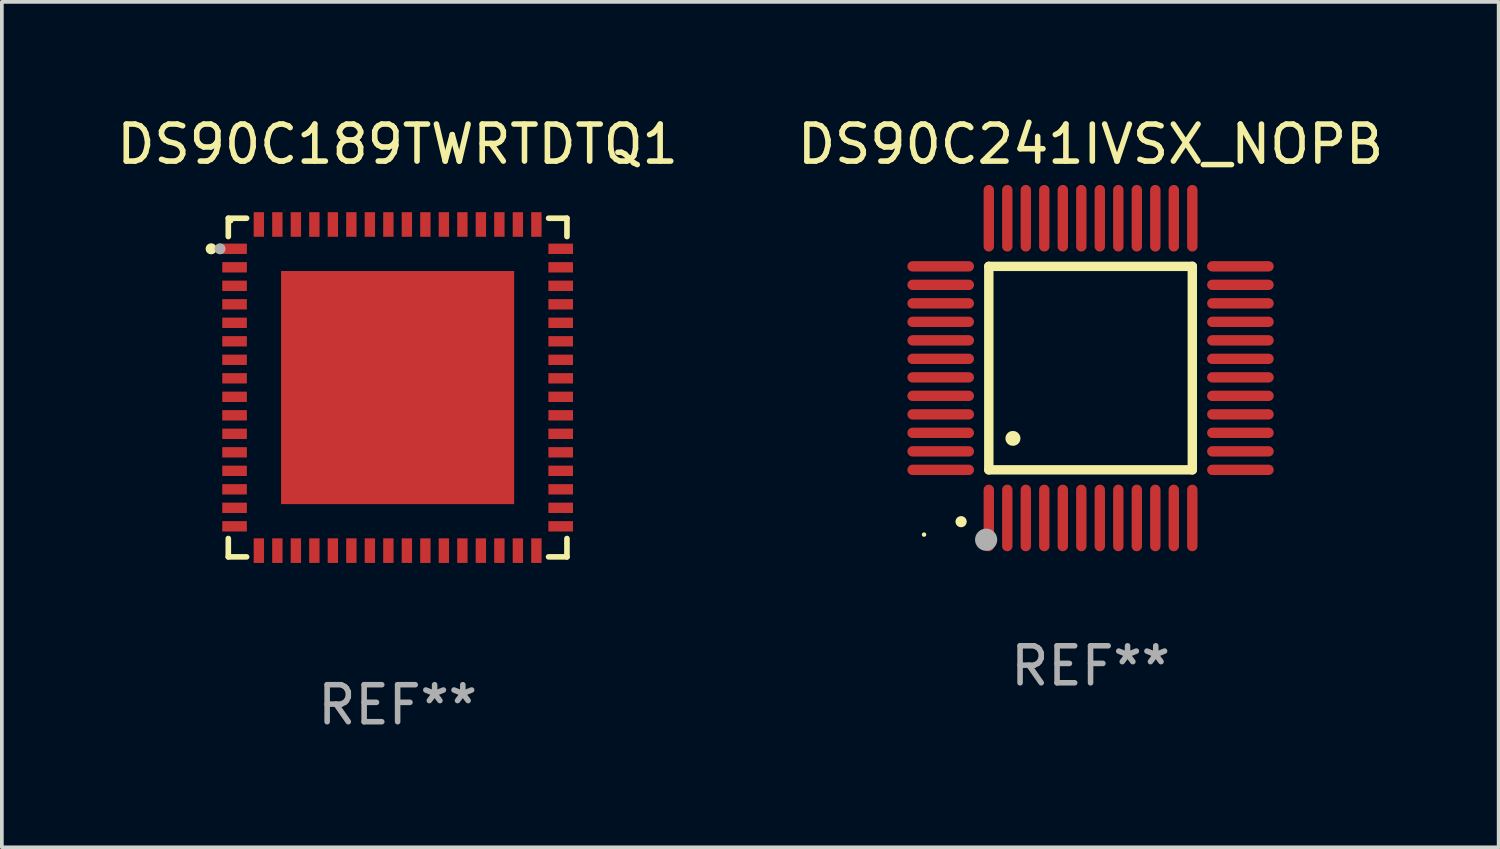
<source format=kicad_pcb>
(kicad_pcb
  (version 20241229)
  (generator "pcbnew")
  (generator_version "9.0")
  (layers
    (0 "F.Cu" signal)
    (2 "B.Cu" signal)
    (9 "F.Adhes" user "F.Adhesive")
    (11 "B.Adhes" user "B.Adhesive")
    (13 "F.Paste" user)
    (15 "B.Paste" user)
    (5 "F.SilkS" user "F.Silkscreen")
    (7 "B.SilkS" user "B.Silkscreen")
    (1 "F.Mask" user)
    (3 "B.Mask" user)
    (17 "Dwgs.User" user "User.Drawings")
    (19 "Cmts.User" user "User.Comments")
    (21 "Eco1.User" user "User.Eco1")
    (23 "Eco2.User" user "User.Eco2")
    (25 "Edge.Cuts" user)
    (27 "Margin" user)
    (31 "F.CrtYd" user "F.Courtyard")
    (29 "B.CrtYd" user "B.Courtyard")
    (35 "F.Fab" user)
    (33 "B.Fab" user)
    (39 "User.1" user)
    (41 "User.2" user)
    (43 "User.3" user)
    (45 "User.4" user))
  (footprint "DS90C241IVSX_NOPB"
    (layer "F.Cu")
    (at 26.423 6.898)
    (property "Reference" "DS90C241IVSX_NOPB" (at 0 -6.05 0) (layer "F.SilkS") (effects (font (size 1 1) (thickness 0.15))))
    (attr through_hole)
    (fp_line (start -2.75 -2.75) (end 2.75 -2.75) (stroke (width 0.254) (type solid)) (layer "F.SilkS"))
    (fp_line (start -2.75 2.75) (end -2.75 -2.75) (stroke (width 0.254) (type solid)) (layer "F.SilkS"))
    (fp_line (start 2.75 -2.75) (end 2.75 2.75) (stroke (width 0.254) (type solid)) (layer "F.SilkS"))
    (fp_line (start 2.75 2.75) (end -2.75 2.75) (stroke (width 0.254) (type solid)) (layer "F.SilkS"))
    (fp_arc (start -3.500127 4.150368) (mid -3.498857 4.150363) (end -3.497587 4.150368) (stroke (width 0.3) (type solid)) (layer "F.SilkS"))
    (fp_arc (start -2.100584 1.899924) (mid -2.098044 1.899908) (end -2.095504 1.899924) (stroke (width 0.4) (type solid)) (layer "F.SilkS"))
    (fp_circle (center -4.5 4.5) (end -4.47 4.5) (stroke (width 0.06) (type solid)) (fill no) (layer "F.SilkS"))
    (fp_circle (center -2.822 4.638) (end -2.672 4.638) (stroke (width 0.3) (type solid)) (fill no) (layer "F.Fab"))
    (fp_text user "REF**" (at 0 8.05 0) (layer "F.Fab") (effects (font (size 1 1) (thickness 0.15))))
    (pad "1" smd oval (at -2.75 4.05) (size 0.28 1.8) (layers "F.Cu" "F.Mask" "F.Paste"))
    (pad "2" smd oval (at -2.25 4.05) (size 0.28 1.8) (layers "F.Cu" "F.Mask" "F.Paste"))
    (pad "3" smd oval (at -1.75 4.05) (size 0.28 1.8) (layers "F.Cu" "F.Mask" "F.Paste"))
    (pad "4" smd oval (at -1.25 4.05) (size 0.28 1.8) (layers "F.Cu" "F.Mask" "F.Paste"))
    (pad "5" smd oval (at -0.75 4.05) (size 0.28 1.8) (layers "F.Cu" "F.Mask" "F.Paste"))
    (pad "6" smd oval (at -0.25 4.05) (size 0.28 1.8) (layers "F.Cu" "F.Mask" "F.Paste"))
    (pad "7" smd oval (at 0.25 4.05) (size 0.28 1.8) (layers "F.Cu" "F.Mask" "F.Paste"))
    (pad "8" smd oval (at 0.75 4.05) (size 0.28 1.8) (layers "F.Cu" "F.Mask" "F.Paste"))
    (pad "9" smd oval (at 1.25 4.05) (size 0.28 1.8) (layers "F.Cu" "F.Mask" "F.Paste"))
    (pad "10" smd oval (at 1.75 4.05) (size 0.28 1.8) (layers "F.Cu" "F.Mask" "F.Paste"))
    (pad "11" smd oval (at 2.25 4.05) (size 0.28 1.8) (layers "F.Cu" "F.Mask" "F.Paste"))
    (pad "12" smd oval (at 2.75 4.05) (size 0.28 1.8) (layers "F.Cu" "F.Mask" "F.Paste"))
    (pad "13" smd oval (at 4.05 2.75) (size 1.8 0.28) (layers "F.Cu" "F.Mask" "F.Paste"))
    (pad "14" smd oval (at 4.05 2.25) (size 1.8 0.28) (layers "F.Cu" "F.Mask" "F.Paste"))
    (pad "15" smd oval (at 4.05 1.75) (size 1.8 0.28) (layers "F.Cu" "F.Mask" "F.Paste"))
    (pad "16" smd oval (at 4.05 1.25) (size 1.8 0.28) (layers "F.Cu" "F.Mask" "F.Paste"))
    (pad "17" smd oval (at 4.05 0.75) (size 1.8 0.28) (layers "F.Cu" "F.Mask" "F.Paste"))
    (pad "18" smd oval (at 4.05 0.25) (size 1.8 0.28) (layers "F.Cu" "F.Mask" "F.Paste"))
    (pad "19" smd oval (at 4.05 -0.25) (size 1.8 0.28) (layers "F.Cu" "F.Mask" "F.Paste"))
    (pad "20" smd oval (at 4.05 -0.75) (size 1.8 0.28) (layers "F.Cu" "F.Mask" "F.Paste"))
    (pad "21" smd oval (at 4.05 -1.25) (size 1.8 0.28) (layers "F.Cu" "F.Mask" "F.Paste"))
    (pad "22" smd oval (at 4.05 -1.75) (size 1.8 0.28) (layers "F.Cu" "F.Mask" "F.Paste"))
    (pad "23" smd oval (at 4.05 -2.25) (size 1.8 0.28) (layers "F.Cu" "F.Mask" "F.Paste"))
    (pad "24" smd oval (at 4.05 -2.75) (size 1.8 0.28) (layers "F.Cu" "F.Mask" "F.Paste"))
    (pad "25" smd oval (at 2.75 -4.05) (size 0.28 1.8) (layers "F.Cu" "F.Mask" "F.Paste"))
    (pad "26" smd oval (at 2.25 -4.05) (size 0.28 1.8) (layers "F.Cu" "F.Mask" "F.Paste"))
    (pad "27" smd oval (at 1.75 -4.05) (size 0.28 1.8) (layers "F.Cu" "F.Mask" "F.Paste"))
    (pad "28" smd oval (at 1.25 -4.05) (size 0.28 1.8) (layers "F.Cu" "F.Mask" "F.Paste"))
    (pad "29" smd oval (at 0.75 -4.05) (size 0.28 1.8) (layers "F.Cu" "F.Mask" "F.Paste"))
    (pad "30" smd oval (at 0.25 -4.05) (size 0.28 1.8) (layers "F.Cu" "F.Mask" "F.Paste"))
    (pad "31" smd oval (at -0.25 -4.05) (size 0.28 1.8) (layers "F.Cu" "F.Mask" "F.Paste"))
    (pad "32" smd oval (at -0.75 -4.05) (size 0.28 1.8) (layers "F.Cu" "F.Mask" "F.Paste"))
    (pad "33" smd oval (at -1.25 -4.05) (size 0.28 1.8) (layers "F.Cu" "F.Mask" "F.Paste"))
    (pad "34" smd oval (at -1.75 -4.05) (size 0.28 1.8) (layers "F.Cu" "F.Mask" "F.Paste"))
    (pad "35" smd oval (at -2.25 -4.05) (size 0.28 1.8) (layers "F.Cu" "F.Mask" "F.Paste"))
    (pad "36" smd oval (at -2.75 -4.05) (size 0.28 1.8) (layers "F.Cu" "F.Mask" "F.Paste"))
    (pad "37" smd oval (at -4.05 -2.75) (size 1.8 0.28) (layers "F.Cu" "F.Mask" "F.Paste"))
    (pad "38" smd oval (at -4.05 -2.25) (size 1.8 0.28) (layers "F.Cu" "F.Mask" "F.Paste"))
    (pad "39" smd oval (at -4.05 -1.75) (size 1.8 0.28) (layers "F.Cu" "F.Mask" "F.Paste"))
    (pad "40" smd oval (at -4.05 -1.25) (size 1.8 0.28) (layers "F.Cu" "F.Mask" "F.Paste"))
    (pad "41" smd oval (at -4.05 -0.75) (size 1.8 0.28) (layers "F.Cu" "F.Mask" "F.Paste"))
    (pad "42" smd oval (at -4.05 -0.25) (size 1.8 0.28) (layers "F.Cu" "F.Mask" "F.Paste"))
    (pad "43" smd oval (at -4.05 0.25) (size 1.8 0.28) (layers "F.Cu" "F.Mask" "F.Paste"))
    (pad "44" smd oval (at -4.05 0.75) (size 1.8 0.28) (layers "F.Cu" "F.Mask" "F.Paste"))
    (pad "45" smd oval (at -4.05 1.25) (size 1.8 0.28) (layers "F.Cu" "F.Mask" "F.Paste"))
    (pad "46" smd oval (at -4.05 1.75) (size 1.8 0.28) (layers "F.Cu" "F.Mask" "F.Paste"))
    (pad "47" smd oval (at -4.05 2.25) (size 1.8 0.28) (layers "F.Cu" "F.Mask" "F.Paste"))
    (pad "48" smd oval (at -4.05 2.75) (size 1.8 0.28) (layers "F.Cu" "F.Mask" "F.Paste")))
  (footprint "DS90C189TWRTDTQ1"
    (layer "F.Cu")
    (at 7.696 7.424)
    (property "Reference" "DS90C189TWRTDTQ1" (at 0 -6.576 0) (layer "F.SilkS") (effects (font (size 1 1) (thickness 0.15))))
    (attr through_hole)
    (fp_line (start -4.576 -4.576) (end -4.576 -4.081) (stroke (width 0.152) (type solid)) (layer "F.SilkS"))
    (fp_line (start -4.576 4.576) (end -4.576 4.08) (stroke (width 0.152) (type solid)) (layer "F.SilkS"))
    (fp_line (start -4.081 -4.576) (end -4.576 -4.576) (stroke (width 0.152) (type solid)) (layer "F.SilkS"))
    (fp_line (start -4.081 4.576) (end -4.576 4.576) (stroke (width 0.152) (type solid)) (layer "F.SilkS"))
    (fp_line (start 4.08 -4.576) (end 4.576 -4.576) (stroke (width 0.152) (type solid)) (layer "F.SilkS"))
    (fp_line (start 4.08 4.576) (end 4.576 4.576) (stroke (width 0.152) (type solid)) (layer "F.SilkS"))
    (fp_line (start 4.576 -4.576) (end 4.576 -4.081) (stroke (width 0.152) (type solid)) (layer "F.SilkS"))
    (fp_line (start 4.576 4.576) (end 4.576 4.08) (stroke (width 0.152) (type solid)) (layer "F.SilkS"))
    (fp_circle (center -5.04 -3.75) (end -4.965 -3.75) (stroke (width 0.15) (type solid)) (fill no) (layer "F.SilkS"))
    (fp_circle (center -4.5 -4.5) (end -4.47 -4.5) (stroke (width 0.06) (type solid)) (fill no) (layer "F.SilkS"))
    (fp_circle (center -4.8 -3.75) (end -4.725 -3.75) (stroke (width 0.15) (type solid)) (fill no) (layer "F.Fab"))
    (fp_text user "REF**" (at 0 8.576 0) (layer "F.Fab") (effects (font (size 1 1) (thickness 0.15))))
    (pad "1" smd rect (at -4.407 -3.75) (size 0.665 0.28) (layers "F.Cu" "F.Mask" "F.Paste"))
    (pad "2" smd rect (at -4.407 -3.25) (size 0.665 0.28) (layers "F.Cu" "F.Mask" "F.Paste"))
    (pad "3" smd rect (at -4.407 -2.75) (size 0.665 0.28) (layers "F.Cu" "F.Mask" "F.Paste"))
    (pad "4" smd rect (at -4.407 -2.25) (size 0.665 0.28) (layers "F.Cu" "F.Mask" "F.Paste"))
    (pad "5" smd rect (at -4.407 -1.75) (size 0.665 0.28) (layers "F.Cu" "F.Mask" "F.Paste"))
    (pad "6" smd rect (at -4.407 -1.25) (size 0.665 0.28) (layers "F.Cu" "F.Mask" "F.Paste"))
    (pad "7" smd rect (at -4.407 -0.75) (size 0.665 0.28) (layers "F.Cu" "F.Mask" "F.Paste"))
    (pad "8" smd rect (at -4.407 -0.25) (size 0.665 0.28) (layers "F.Cu" "F.Mask" "F.Paste"))
    (pad "9" smd rect (at -4.407 0.25) (size 0.665 0.28) (layers "F.Cu" "F.Mask" "F.Paste"))
    (pad "10" smd rect (at -4.407 0.75) (size 0.665 0.28) (layers "F.Cu" "F.Mask" "F.Paste"))
    (pad "11" smd rect (at -4.407 1.25) (size 0.665 0.28) (layers "F.Cu" "F.Mask" "F.Paste"))
    (pad "12" smd rect (at -4.407 1.75) (size 0.665 0.28) (layers "F.Cu" "F.Mask" "F.Paste"))
    (pad "13" smd rect (at -4.407 2.25) (size 0.665 0.28) (layers "F.Cu" "F.Mask" "F.Paste"))
    (pad "14" smd rect (at -4.407 2.75) (size 0.665 0.28) (layers "F.Cu" "F.Mask" "F.Paste"))
    (pad "15" smd rect (at -4.407 3.25) (size 0.665 0.28) (layers "F.Cu" "F.Mask" "F.Paste"))
    (pad "16" smd rect (at -4.407 3.75) (size 0.665 0.28) (layers "F.Cu" "F.Mask" "F.Paste"))
    (pad "17" smd rect (at -3.75 4.407) (size 0.28 0.665) (layers "F.Cu" "F.Mask" "F.Paste"))
    (pad "18" smd rect (at -3.25 4.407) (size 0.28 0.665) (layers "F.Cu" "F.Mask" "F.Paste"))
    (pad "19" smd rect (at -2.75 4.407) (size 0.28 0.665) (layers "F.Cu" "F.Mask" "F.Paste"))
    (pad "20" smd rect (at -2.25 4.407) (size 0.28 0.665) (layers "F.Cu" "F.Mask" "F.Paste"))
    (pad "21" smd rect (at -1.75 4.407) (size 0.28 0.665) (layers "F.Cu" "F.Mask" "F.Paste"))
    (pad "22" smd rect (at -1.25 4.407) (size 0.28 0.665) (layers "F.Cu" "F.Mask" "F.Paste"))
    (pad "23" smd rect (at -0.75 4.407) (size 0.28 0.665) (layers "F.Cu" "F.Mask" "F.Paste"))
    (pad "24" smd rect (at -0.25 4.407) (size 0.28 0.665) (layers "F.Cu" "F.Mask" "F.Paste"))
    (pad "25" smd rect (at 0.25 4.407) (size 0.28 0.665) (layers "F.Cu" "F.Mask" "F.Paste"))
    (pad "26" smd rect (at 0.75 4.407) (size 0.28 0.665) (layers "F.Cu" "F.Mask" "F.Paste"))
    (pad "27" smd rect (at 1.25 4.407) (size 0.28 0.665) (layers "F.Cu" "F.Mask" "F.Paste"))
    (pad "28" smd rect (at 1.75 4.407) (size 0.28 0.665) (layers "F.Cu" "F.Mask" "F.Paste"))
    (pad "29" smd rect (at 2.25 4.407) (size 0.28 0.665) (layers "F.Cu" "F.Mask" "F.Paste"))
    (pad "30" smd rect (at 2.75 4.407) (size 0.28 0.665) (layers "F.Cu" "F.Mask" "F.Paste"))
    (pad "31" smd rect (at 3.25 4.407) (size 0.28 0.665) (layers "F.Cu" "F.Mask" "F.Paste"))
    (pad "32" smd rect (at 3.75 4.407) (size 0.28 0.665) (layers "F.Cu" "F.Mask" "F.Paste"))
    (pad "33" smd rect (at 4.407 3.75) (size 0.665 0.28) (layers "F.Cu" "F.Mask" "F.Paste"))
    (pad "34" smd rect (at 4.407 3.25) (size 0.665 0.28) (layers "F.Cu" "F.Mask" "F.Paste"))
    (pad "35" smd rect (at 4.407 2.75) (size 0.665 0.28) (layers "F.Cu" "F.Mask" "F.Paste"))
    (pad "36" smd rect (at 4.407 2.25) (size 0.665 0.28) (layers "F.Cu" "F.Mask" "F.Paste"))
    (pad "37" smd rect (at 4.407 1.75) (size 0.665 0.28) (layers "F.Cu" "F.Mask" "F.Paste"))
    (pad "38" smd rect (at 4.407 1.25) (size 0.665 0.28) (layers "F.Cu" "F.Mask" "F.Paste"))
    (pad "39" smd rect (at 4.407 0.75) (size 0.665 0.28) (layers "F.Cu" "F.Mask" "F.Paste"))
    (pad "40" smd rect (at 4.407 0.25) (size 0.665 0.28) (layers "F.Cu" "F.Mask" "F.Paste"))
    (pad "41" smd rect (at 4.407 -0.25) (size 0.665 0.28) (layers "F.Cu" "F.Mask" "F.Paste"))
    (pad "42" smd rect (at 4.407 -0.75) (size 0.665 0.28) (layers "F.Cu" "F.Mask" "F.Paste"))
    (pad "43" smd rect (at 4.407 -1.25) (size 0.665 0.28) (layers "F.Cu" "F.Mask" "F.Paste"))
    (pad "44" smd rect (at 4.407 -1.75) (size 0.665 0.28) (layers "F.Cu" "F.Mask" "F.Paste"))
    (pad "45" smd rect (at 4.407 -2.25) (size 0.665 0.28) (layers "F.Cu" "F.Mask" "F.Paste"))
    (pad "46" smd rect (at 4.407 -2.75) (size 0.665 0.28) (layers "F.Cu" "F.Mask" "F.Paste"))
    (pad "47" smd rect (at 4.407 -3.25) (size 0.665 0.28) (layers "F.Cu" "F.Mask" "F.Paste"))
    (pad "48" smd rect (at 4.407 -3.75) (size 0.665 0.28) (layers "F.Cu" "F.Mask" "F.Paste"))
    (pad "49" smd rect (at 3.75 -4.407) (size 0.28 0.665) (layers "F.Cu" "F.Mask" "F.Paste"))
    (pad "50" smd rect (at 3.25 -4.407) (size 0.28 0.665) (layers "F.Cu" "F.Mask" "F.Paste"))
    (pad "51" smd rect (at 2.75 -4.407) (size 0.28 0.665) (layers "F.Cu" "F.Mask" "F.Paste"))
    (pad "52" smd rect (at 2.25 -4.407) (size 0.28 0.665) (layers "F.Cu" "F.Mask" "F.Paste"))
    (pad "53" smd rect (at 1.75 -4.407) (size 0.28 0.665) (layers "F.Cu" "F.Mask" "F.Paste"))
    (pad "54" smd rect (at 1.25 -4.407) (size 0.28 0.665) (layers "F.Cu" "F.Mask" "F.Paste"))
    (pad "55" smd rect (at 0.75 -4.407) (size 0.28 0.665) (layers "F.Cu" "F.Mask" "F.Paste"))
    (pad "56" smd rect (at 0.25 -4.407) (size 0.28 0.665) (layers "F.Cu" "F.Mask" "F.Paste"))
    (pad "57" smd rect (at -0.25 -4.407) (size 0.28 0.665) (layers "F.Cu" "F.Mask" "F.Paste"))
    (pad "58" smd rect (at -0.75 -4.407) (size 0.28 0.665) (layers "F.Cu" "F.Mask" "F.Paste"))
    (pad "59" smd rect (at -1.25 -4.407) (size 0.28 0.665) (layers "F.Cu" "F.Mask" "F.Paste"))
    (pad "60" smd rect (at -1.75 -4.407) (size 0.28 0.665) (layers "F.Cu" "F.Mask" "F.Paste"))
    (pad "61" smd rect (at -2.25 -4.407) (size 0.28 0.665) (layers "F.Cu" "F.Mask" "F.Paste"))
    (pad "62" smd rect (at -2.75 -4.407) (size 0.28 0.665) (layers "F.Cu" "F.Mask" "F.Paste"))
    (pad "63" smd rect (at -3.25 -4.407) (size 0.28 0.665) (layers "F.Cu" "F.Mask" "F.Paste"))
    (pad "64" smd rect (at -3.75 -4.407) (size 0.28 0.665) (layers "F.Cu" "F.Mask" "F.Paste"))
    (pad "65" smd rect (at -0.000025 0) (size 6.3 6.3) (layers "F.Cu" "F.Mask" "F.Paste")))
  (gr_rect
    (start -3 -3)
    (end 37.452 19.849)
    (stroke (width 0.1) (type default))
    (fill no)
    (layer "Edge.Cuts")))
</source>
